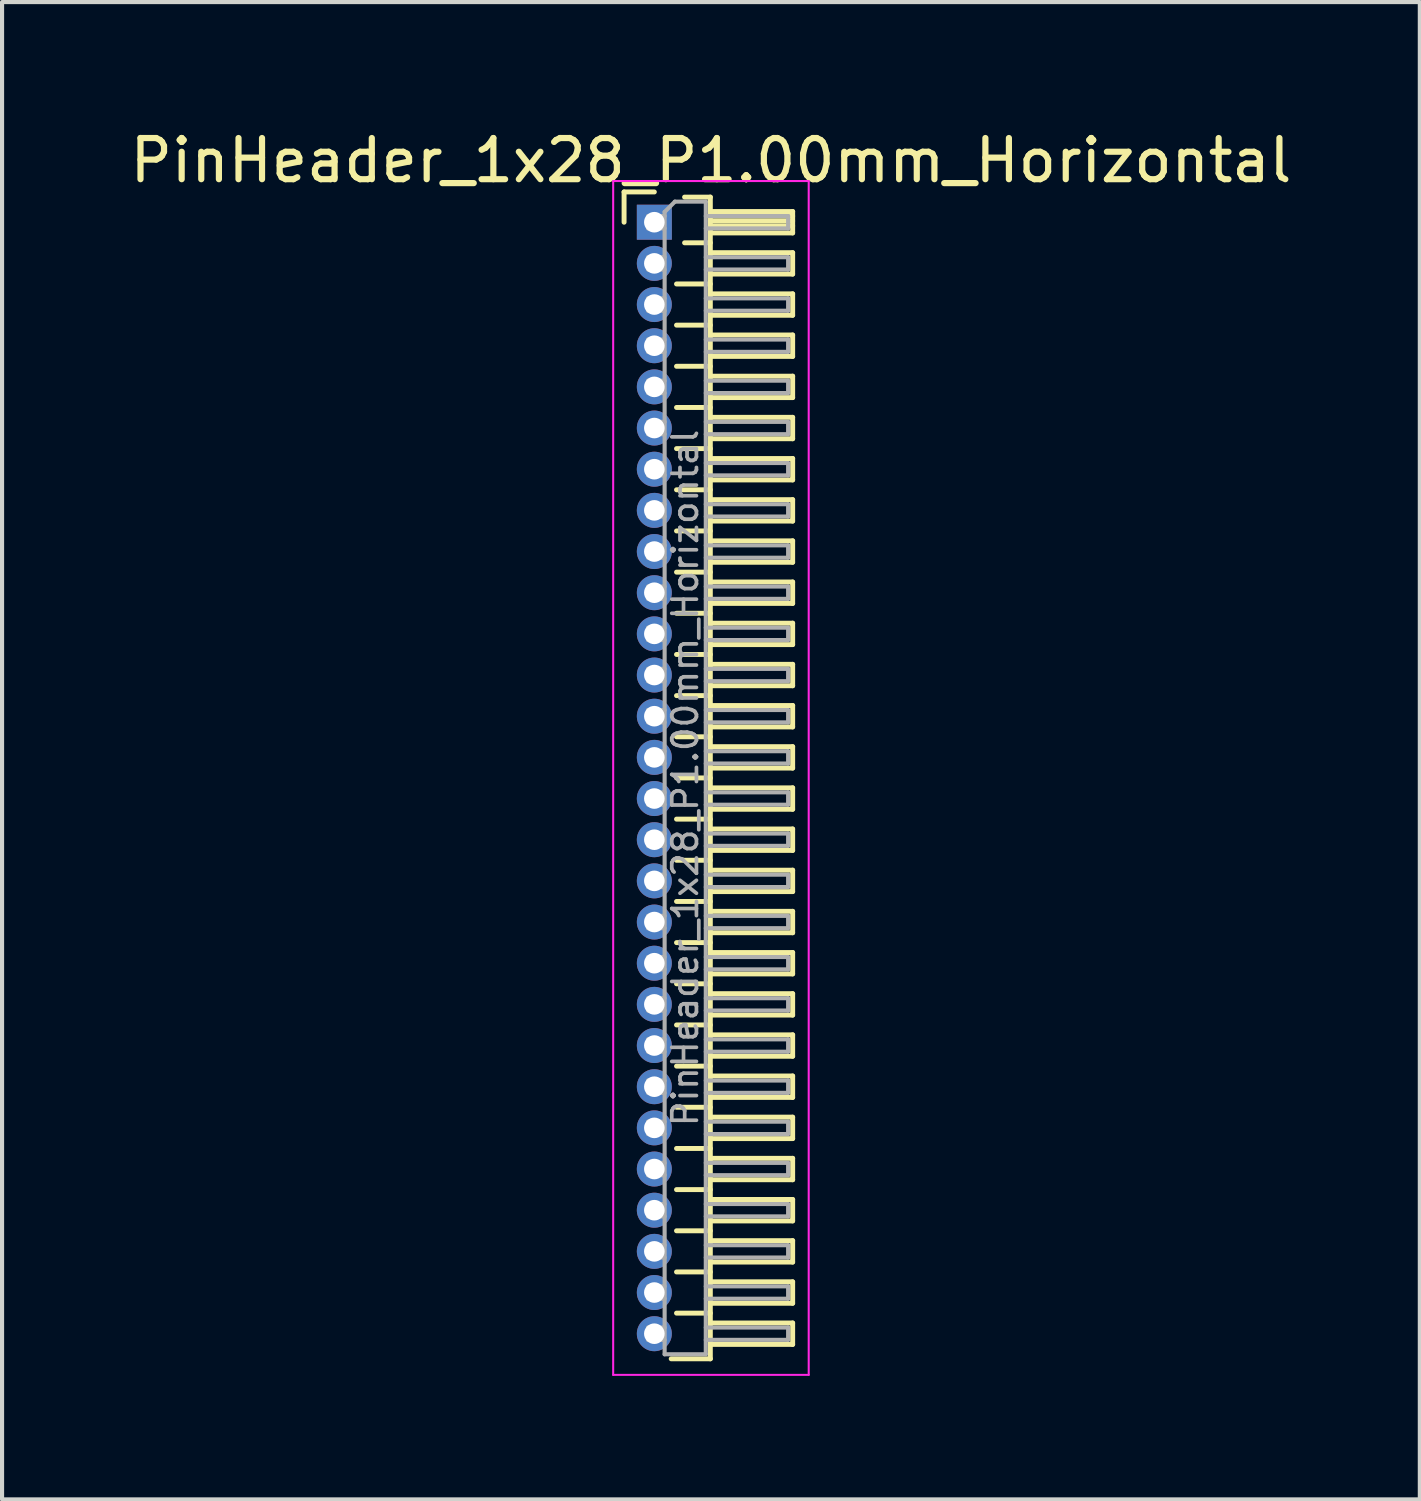
<source format=kicad_pcb>
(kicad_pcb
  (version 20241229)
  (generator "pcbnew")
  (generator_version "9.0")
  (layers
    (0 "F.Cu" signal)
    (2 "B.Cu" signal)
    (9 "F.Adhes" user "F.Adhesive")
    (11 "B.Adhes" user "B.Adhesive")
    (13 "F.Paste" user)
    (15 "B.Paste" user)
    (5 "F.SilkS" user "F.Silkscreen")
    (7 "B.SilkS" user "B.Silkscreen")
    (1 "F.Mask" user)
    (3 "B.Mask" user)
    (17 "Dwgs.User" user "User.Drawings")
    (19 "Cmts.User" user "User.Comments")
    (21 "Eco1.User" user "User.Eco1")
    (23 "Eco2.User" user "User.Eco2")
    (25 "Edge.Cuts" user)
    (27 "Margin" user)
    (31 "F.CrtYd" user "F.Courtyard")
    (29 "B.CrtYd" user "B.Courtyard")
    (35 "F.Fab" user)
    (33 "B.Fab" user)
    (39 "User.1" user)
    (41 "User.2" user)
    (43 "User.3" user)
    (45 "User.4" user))
  (footprint "PinHeader_1x28_P1.00mm_Horizontal"
    (layer "F.Cu")
    (at 12.845 2.348)
    (property "Reference" "PinHeader_1x28_P1.00mm_Horizontal" (at 1.375 -1.5 0) (layer "F.SilkS") (effects (font (size 1 1) (thickness 0.15))))
    (attr through_hole)
    (fp_line (start -0.735 -0.735) (end 0 -0.735) (stroke (width 0.12) (type solid)) (layer "F.SilkS"))
    (fp_line (start -0.735 0) (end -0.735 -0.735) (stroke (width 0.12) (type solid)) (layer "F.SilkS"))
    (fp_line (start 0.539 1.5) (end 1.36 1.5) (stroke (width 0.12) (type solid)) (layer "F.SilkS"))
    (fp_line (start 0.539 2.5) (end 1.36 2.5) (stroke (width 0.12) (type solid)) (layer "F.SilkS"))
    (fp_line (start 0.539 3.5) (end 1.36 3.5) (stroke (width 0.12) (type solid)) (layer "F.SilkS"))
    (fp_line (start 0.539 4.5) (end 1.36 4.5) (stroke (width 0.12) (type solid)) (layer "F.SilkS"))
    (fp_line (start 0.539 5.5) (end 1.36 5.5) (stroke (width 0.12) (type solid)) (layer "F.SilkS"))
    (fp_line (start 0.539 6.5) (end 1.36 6.5) (stroke (width 0.12) (type solid)) (layer "F.SilkS"))
    (fp_line (start 0.539 7.5) (end 1.36 7.5) (stroke (width 0.12) (type solid)) (layer "F.SilkS"))
    (fp_line (start 0.539 8.5) (end 1.36 8.5) (stroke (width 0.12) (type solid)) (layer "F.SilkS"))
    (fp_line (start 0.539 9.5) (end 1.36 9.5) (stroke (width 0.12) (type solid)) (layer "F.SilkS"))
    (fp_line (start 0.539 10.5) (end 1.36 10.5) (stroke (width 0.12) (type solid)) (layer "F.SilkS"))
    (fp_line (start 0.539 11.5) (end 1.36 11.5) (stroke (width 0.12) (type solid)) (layer "F.SilkS"))
    (fp_line (start 0.539 12.5) (end 1.36 12.5) (stroke (width 0.12) (type solid)) (layer "F.SilkS"))
    (fp_line (start 0.539 13.5) (end 1.36 13.5) (stroke (width 0.12) (type solid)) (layer "F.SilkS"))
    (fp_line (start 0.539 14.5) (end 1.36 14.5) (stroke (width 0.12) (type solid)) (layer "F.SilkS"))
    (fp_line (start 0.539 15.5) (end 1.36 15.5) (stroke (width 0.12) (type solid)) (layer "F.SilkS"))
    (fp_line (start 0.539 16.5) (end 1.36 16.5) (stroke (width 0.12) (type solid)) (layer "F.SilkS"))
    (fp_line (start 0.539 17.5) (end 1.36 17.5) (stroke (width 0.12) (type solid)) (layer "F.SilkS"))
    (fp_line (start 0.539 18.5) (end 1.36 18.5) (stroke (width 0.12) (type solid)) (layer "F.SilkS"))
    (fp_line (start 0.539 19.5) (end 1.36 19.5) (stroke (width 0.12) (type solid)) (layer "F.SilkS"))
    (fp_line (start 0.539 20.5) (end 1.36 20.5) (stroke (width 0.12) (type solid)) (layer "F.SilkS"))
    (fp_line (start 0.539 21.5) (end 1.36 21.5) (stroke (width 0.12) (type solid)) (layer "F.SilkS"))
    (fp_line (start 0.539 22.5) (end 1.36 22.5) (stroke (width 0.12) (type solid)) (layer "F.SilkS"))
    (fp_line (start 0.539 23.5) (end 1.36 23.5) (stroke (width 0.12) (type solid)) (layer "F.SilkS"))
    (fp_line (start 0.539 24.5) (end 1.36 24.5) (stroke (width 0.12) (type solid)) (layer "F.SilkS"))
    (fp_line (start 0.539 25.5) (end 1.36 25.5) (stroke (width 0.12) (type solid)) (layer "F.SilkS"))
    (fp_line (start 0.539 26.5) (end 1.36 26.5) (stroke (width 0.12) (type solid)) (layer "F.SilkS"))
    (fp_line (start 0.735 -0.61) (end 1.36 -0.61) (stroke (width 0.12) (type solid)) (layer "F.SilkS"))
    (fp_line (start 0.735 0.5) (end 1.36 0.5) (stroke (width 0.12) (type solid)) (layer "F.SilkS"))
    (fp_line (start 1.36 -0.61) (end 1.36 27.61) (stroke (width 0.12) (type solid)) (layer "F.SilkS"))
    (fp_line (start 1.36 -0.26) (end 3.36 -0.26) (stroke (width 0.12) (type solid)) (layer "F.SilkS"))
    (fp_line (start 1.36 -0.15) (end 3.36 -0.15) (stroke (width 0.12) (type solid)) (layer "F.SilkS"))
    (fp_line (start 1.36 -0.03) (end 3.36 -0.03) (stroke (width 0.12) (type solid)) (layer "F.SilkS"))
    (fp_line (start 1.36 0.09) (end 3.36 0.09) (stroke (width 0.12) (type solid)) (layer "F.SilkS"))
    (fp_line (start 1.36 0.74) (end 3.36 0.74) (stroke (width 0.12) (type solid)) (layer "F.SilkS"))
    (fp_line (start 1.36 1.74) (end 3.36 1.74) (stroke (width 0.12) (type solid)) (layer "F.SilkS"))
    (fp_line (start 1.36 2.74) (end 3.36 2.74) (stroke (width 0.12) (type solid)) (layer "F.SilkS"))
    (fp_line (start 1.36 3.74) (end 3.36 3.74) (stroke (width 0.12) (type solid)) (layer "F.SilkS"))
    (fp_line (start 1.36 4.74) (end 3.36 4.74) (stroke (width 0.12) (type solid)) (layer "F.SilkS"))
    (fp_line (start 1.36 5.74) (end 3.36 5.74) (stroke (width 0.12) (type solid)) (layer "F.SilkS"))
    (fp_line (start 1.36 6.74) (end 3.36 6.74) (stroke (width 0.12) (type solid)) (layer "F.SilkS"))
    (fp_line (start 1.36 7.74) (end 3.36 7.74) (stroke (width 0.12) (type solid)) (layer "F.SilkS"))
    (fp_line (start 1.36 8.74) (end 3.36 8.74) (stroke (width 0.12) (type solid)) (layer "F.SilkS"))
    (fp_line (start 1.36 9.74) (end 3.36 9.74) (stroke (width 0.12) (type solid)) (layer "F.SilkS"))
    (fp_line (start 1.36 10.74) (end 3.36 10.74) (stroke (width 0.12) (type solid)) (layer "F.SilkS"))
    (fp_line (start 1.36 11.74) (end 3.36 11.74) (stroke (width 0.12) (type solid)) (layer "F.SilkS"))
    (fp_line (start 1.36 12.74) (end 3.36 12.74) (stroke (width 0.12) (type solid)) (layer "F.SilkS"))
    (fp_line (start 1.36 13.74) (end 3.36 13.74) (stroke (width 0.12) (type solid)) (layer "F.SilkS"))
    (fp_line (start 1.36 14.74) (end 3.36 14.74) (stroke (width 0.12) (type solid)) (layer "F.SilkS"))
    (fp_line (start 1.36 15.74) (end 3.36 15.74) (stroke (width 0.12) (type solid)) (layer "F.SilkS"))
    (fp_line (start 1.36 16.74) (end 3.36 16.74) (stroke (width 0.12) (type solid)) (layer "F.SilkS"))
    (fp_line (start 1.36 17.74) (end 3.36 17.74) (stroke (width 0.12) (type solid)) (layer "F.SilkS"))
    (fp_line (start 1.36 18.74) (end 3.36 18.74) (stroke (width 0.12) (type solid)) (layer "F.SilkS"))
    (fp_line (start 1.36 19.74) (end 3.36 19.74) (stroke (width 0.12) (type solid)) (layer "F.SilkS"))
    (fp_line (start 1.36 20.74) (end 3.36 20.74) (stroke (width 0.12) (type solid)) (layer "F.SilkS"))
    (fp_line (start 1.36 21.74) (end 3.36 21.74) (stroke (width 0.12) (type solid)) (layer "F.SilkS"))
    (fp_line (start 1.36 22.74) (end 3.36 22.74) (stroke (width 0.12) (type solid)) (layer "F.SilkS"))
    (fp_line (start 1.36 23.74) (end 3.36 23.74) (stroke (width 0.12) (type solid)) (layer "F.SilkS"))
    (fp_line (start 1.36 24.74) (end 3.36 24.74) (stroke (width 0.12) (type solid)) (layer "F.SilkS"))
    (fp_line (start 1.36 25.74) (end 3.36 25.74) (stroke (width 0.12) (type solid)) (layer "F.SilkS"))
    (fp_line (start 1.36 26.74) (end 3.36 26.74) (stroke (width 0.12) (type solid)) (layer "F.SilkS"))
    (fp_line (start 1.36 27.61) (end 0.41 27.61) (stroke (width 0.12) (type solid)) (layer "F.SilkS"))
    (fp_line (start 3.36 -0.26) (end 3.36 0.26) (stroke (width 0.12) (type solid)) (layer "F.SilkS"))
    (fp_line (start 3.36 0.26) (end 1.36 0.26) (stroke (width 0.12) (type solid)) (layer "F.SilkS"))
    (fp_line (start 3.36 0.74) (end 3.36 1.26) (stroke (width 0.12) (type solid)) (layer "F.SilkS"))
    (fp_line (start 3.36 1.26) (end 1.36 1.26) (stroke (width 0.12) (type solid)) (layer "F.SilkS"))
    (fp_line (start 3.36 1.74) (end 3.36 2.26) (stroke (width 0.12) (type solid)) (layer "F.SilkS"))
    (fp_line (start 3.36 2.26) (end 1.36 2.26) (stroke (width 0.12) (type solid)) (layer "F.SilkS"))
    (fp_line (start 3.36 2.74) (end 3.36 3.26) (stroke (width 0.12) (type solid)) (layer "F.SilkS"))
    (fp_line (start 3.36 3.26) (end 1.36 3.26) (stroke (width 0.12) (type solid)) (layer "F.SilkS"))
    (fp_line (start 3.36 3.74) (end 3.36 4.26) (stroke (width 0.12) (type solid)) (layer "F.SilkS"))
    (fp_line (start 3.36 4.26) (end 1.36 4.26) (stroke (width 0.12) (type solid)) (layer "F.SilkS"))
    (fp_line (start 3.36 4.74) (end 3.36 5.26) (stroke (width 0.12) (type solid)) (layer "F.SilkS"))
    (fp_line (start 3.36 5.26) (end 1.36 5.26) (stroke (width 0.12) (type solid)) (layer "F.SilkS"))
    (fp_line (start 3.36 5.74) (end 3.36 6.26) (stroke (width 0.12) (type solid)) (layer "F.SilkS"))
    (fp_line (start 3.36 6.26) (end 1.36 6.26) (stroke (width 0.12) (type solid)) (layer "F.SilkS"))
    (fp_line (start 3.36 6.74) (end 3.36 7.26) (stroke (width 0.12) (type solid)) (layer "F.SilkS"))
    (fp_line (start 3.36 7.26) (end 1.36 7.26) (stroke (width 0.12) (type solid)) (layer "F.SilkS"))
    (fp_line (start 3.36 7.74) (end 3.36 8.26) (stroke (width 0.12) (type solid)) (layer "F.SilkS"))
    (fp_line (start 3.36 8.26) (end 1.36 8.26) (stroke (width 0.12) (type solid)) (layer "F.SilkS"))
    (fp_line (start 3.36 8.74) (end 3.36 9.26) (stroke (width 0.12) (type solid)) (layer "F.SilkS"))
    (fp_line (start 3.36 9.26) (end 1.36 9.26) (stroke (width 0.12) (type solid)) (layer "F.SilkS"))
    (fp_line (start 3.36 9.74) (end 3.36 10.26) (stroke (width 0.12) (type solid)) (layer "F.SilkS"))
    (fp_line (start 3.36 10.26) (end 1.36 10.26) (stroke (width 0.12) (type solid)) (layer "F.SilkS"))
    (fp_line (start 3.36 10.74) (end 3.36 11.26) (stroke (width 0.12) (type solid)) (layer "F.SilkS"))
    (fp_line (start 3.36 11.26) (end 1.36 11.26) (stroke (width 0.12) (type solid)) (layer "F.SilkS"))
    (fp_line (start 3.36 11.74) (end 3.36 12.26) (stroke (width 0.12) (type solid)) (layer "F.SilkS"))
    (fp_line (start 3.36 12.26) (end 1.36 12.26) (stroke (width 0.12) (type solid)) (layer "F.SilkS"))
    (fp_line (start 3.36 12.74) (end 3.36 13.26) (stroke (width 0.12) (type solid)) (layer "F.SilkS"))
    (fp_line (start 3.36 13.26) (end 1.36 13.26) (stroke (width 0.12) (type solid)) (layer "F.SilkS"))
    (fp_line (start 3.36 13.74) (end 3.36 14.26) (stroke (width 0.12) (type solid)) (layer "F.SilkS"))
    (fp_line (start 3.36 14.26) (end 1.36 14.26) (stroke (width 0.12) (type solid)) (layer "F.SilkS"))
    (fp_line (start 3.36 14.74) (end 3.36 15.26) (stroke (width 0.12) (type solid)) (layer "F.SilkS"))
    (fp_line (start 3.36 15.26) (end 1.36 15.26) (stroke (width 0.12) (type solid)) (layer "F.SilkS"))
    (fp_line (start 3.36 15.74) (end 3.36 16.26) (stroke (width 0.12) (type solid)) (layer "F.SilkS"))
    (fp_line (start 3.36 16.26) (end 1.36 16.26) (stroke (width 0.12) (type solid)) (layer "F.SilkS"))
    (fp_line (start 3.36 16.74) (end 3.36 17.26) (stroke (width 0.12) (type solid)) (layer "F.SilkS"))
    (fp_line (start 3.36 17.26) (end 1.36 17.26) (stroke (width 0.12) (type solid)) (layer "F.SilkS"))
    (fp_line (start 3.36 17.74) (end 3.36 18.26) (stroke (width 0.12) (type solid)) (layer "F.SilkS"))
    (fp_line (start 3.36 18.26) (end 1.36 18.26) (stroke (width 0.12) (type solid)) (layer "F.SilkS"))
    (fp_line (start 3.36 18.74) (end 3.36 19.26) (stroke (width 0.12) (type solid)) (layer "F.SilkS"))
    (fp_line (start 3.36 19.26) (end 1.36 19.26) (stroke (width 0.12) (type solid)) (layer "F.SilkS"))
    (fp_line (start 3.36 19.74) (end 3.36 20.26) (stroke (width 0.12) (type solid)) (layer "F.SilkS"))
    (fp_line (start 3.36 20.26) (end 1.36 20.26) (stroke (width 0.12) (type solid)) (layer "F.SilkS"))
    (fp_line (start 3.36 20.74) (end 3.36 21.26) (stroke (width 0.12) (type solid)) (layer "F.SilkS"))
    (fp_line (start 3.36 21.26) (end 1.36 21.26) (stroke (width 0.12) (type solid)) (layer "F.SilkS"))
    (fp_line (start 3.36 21.74) (end 3.36 22.26) (stroke (width 0.12) (type solid)) (layer "F.SilkS"))
    (fp_line (start 3.36 22.26) (end 1.36 22.26) (stroke (width 0.12) (type solid)) (layer "F.SilkS"))
    (fp_line (start 3.36 22.74) (end 3.36 23.26) (stroke (width 0.12) (type solid)) (layer "F.SilkS"))
    (fp_line (start 3.36 23.26) (end 1.36 23.26) (stroke (width 0.12) (type solid)) (layer "F.SilkS"))
    (fp_line (start 3.36 23.74) (end 3.36 24.26) (stroke (width 0.12) (type solid)) (layer "F.SilkS"))
    (fp_line (start 3.36 24.26) (end 1.36 24.26) (stroke (width 0.12) (type solid)) (layer "F.SilkS"))
    (fp_line (start 3.36 24.74) (end 3.36 25.26) (stroke (width 0.12) (type solid)) (layer "F.SilkS"))
    (fp_line (start 3.36 25.26) (end 1.36 25.26) (stroke (width 0.12) (type solid)) (layer "F.SilkS"))
    (fp_line (start 3.36 25.74) (end 3.36 26.26) (stroke (width 0.12) (type solid)) (layer "F.SilkS"))
    (fp_line (start 3.36 26.26) (end 1.36 26.26) (stroke (width 0.12) (type solid)) (layer "F.SilkS"))
    (fp_line (start 3.36 26.74) (end 3.36 27.26) (stroke (width 0.12) (type solid)) (layer "F.SilkS"))
    (fp_line (start 3.36 27.26) (end 1.36 27.26) (stroke (width 0.12) (type solid)) (layer "F.SilkS"))
    (fp_line (start -1 -1) (end -1 28) (stroke (width 0.05) (type solid)) (layer "F.CrtYd"))
    (fp_line (start -1 28) (end 3.75 28) (stroke (width 0.05) (type solid)) (layer "F.CrtYd"))
    (fp_line (start 3.75 -1) (end -1 -1) (stroke (width 0.05) (type solid)) (layer "F.CrtYd"))
    (fp_line (start 3.75 28) (end 3.75 -1) (stroke (width 0.05) (type solid)) (layer "F.CrtYd"))
    (fp_line (start -0.15 -0.15) (end -0.15 0.15) (stroke (width 0.1) (type solid)) (layer "F.Fab"))
    (fp_line (start -0.15 -0.15) (end 0.25 -0.15) (stroke (width 0.1) (type solid)) (layer "F.Fab"))
    (fp_line (start -0.15 0.15) (end 0.25 0.15) (stroke (width 0.1) (type solid)) (layer "F.Fab"))
    (fp_line (start -0.15 0.85) (end -0.15 1.15) (stroke (width 0.1) (type solid)) (layer "F.Fab"))
    (fp_line (start -0.15 0.85) (end 0.25 0.85) (stroke (width 0.1) (type solid)) (layer "F.Fab"))
    (fp_line (start -0.15 1.15) (end 0.25 1.15) (stroke (width 0.1) (type solid)) (layer "F.Fab"))
    (fp_line (start -0.15 1.85) (end -0.15 2.15) (stroke (width 0.1) (type solid)) (layer "F.Fab"))
    (fp_line (start -0.15 1.85) (end 0.25 1.85) (stroke (width 0.1) (type solid)) (layer "F.Fab"))
    (fp_line (start -0.15 2.15) (end 0.25 2.15) (stroke (width 0.1) (type solid)) (layer "F.Fab"))
    (fp_line (start -0.15 2.85) (end -0.15 3.15) (stroke (width 0.1) (type solid)) (layer "F.Fab"))
    (fp_line (start -0.15 2.85) (end 0.25 2.85) (stroke (width 0.1) (type solid)) (layer "F.Fab"))
    (fp_line (start -0.15 3.15) (end 0.25 3.15) (stroke (width 0.1) (type solid)) (layer "F.Fab"))
    (fp_line (start -0.15 3.85) (end -0.15 4.15) (stroke (width 0.1) (type solid)) (layer "F.Fab"))
    (fp_line (start -0.15 3.85) (end 0.25 3.85) (stroke (width 0.1) (type solid)) (layer "F.Fab"))
    (fp_line (start -0.15 4.15) (end 0.25 4.15) (stroke (width 0.1) (type solid)) (layer "F.Fab"))
    (fp_line (start -0.15 4.85) (end -0.15 5.15) (stroke (width 0.1) (type solid)) (layer "F.Fab"))
    (fp_line (start -0.15 4.85) (end 0.25 4.85) (stroke (width 0.1) (type solid)) (layer "F.Fab"))
    (fp_line (start -0.15 5.15) (end 0.25 5.15) (stroke (width 0.1) (type solid)) (layer "F.Fab"))
    (fp_line (start -0.15 5.85) (end -0.15 6.15) (stroke (width 0.1) (type solid)) (layer "F.Fab"))
    (fp_line (start -0.15 5.85) (end 0.25 5.85) (stroke (width 0.1) (type solid)) (layer "F.Fab"))
    (fp_line (start -0.15 6.15) (end 0.25 6.15) (stroke (width 0.1) (type solid)) (layer "F.Fab"))
    (fp_line (start -0.15 6.85) (end -0.15 7.15) (stroke (width 0.1) (type solid)) (layer "F.Fab"))
    (fp_line (start -0.15 6.85) (end 0.25 6.85) (stroke (width 0.1) (type solid)) (layer "F.Fab"))
    (fp_line (start -0.15 7.15) (end 0.25 7.15) (stroke (width 0.1) (type solid)) (layer "F.Fab"))
    (fp_line (start -0.15 7.85) (end -0.15 8.15) (stroke (width 0.1) (type solid)) (layer "F.Fab"))
    (fp_line (start -0.15 7.85) (end 0.25 7.85) (stroke (width 0.1) (type solid)) (layer "F.Fab"))
    (fp_line (start -0.15 8.15) (end 0.25 8.15) (stroke (width 0.1) (type solid)) (layer "F.Fab"))
    (fp_line (start -0.15 8.85) (end -0.15 9.15) (stroke (width 0.1) (type solid)) (layer "F.Fab"))
    (fp_line (start -0.15 8.85) (end 0.25 8.85) (stroke (width 0.1) (type solid)) (layer "F.Fab"))
    (fp_line (start -0.15 9.15) (end 0.25 9.15) (stroke (width 0.1) (type solid)) (layer "F.Fab"))
    (fp_line (start -0.15 9.85) (end -0.15 10.15) (stroke (width 0.1) (type solid)) (layer "F.Fab"))
    (fp_line (start -0.15 9.85) (end 0.25 9.85) (stroke (width 0.1) (type solid)) (layer "F.Fab"))
    (fp_line (start -0.15 10.15) (end 0.25 10.15) (stroke (width 0.1) (type solid)) (layer "F.Fab"))
    (fp_line (start -0.15 10.85) (end -0.15 11.15) (stroke (width 0.1) (type solid)) (layer "F.Fab"))
    (fp_line (start -0.15 10.85) (end 0.25 10.85) (stroke (width 0.1) (type solid)) (layer "F.Fab"))
    (fp_line (start -0.15 11.15) (end 0.25 11.15) (stroke (width 0.1) (type solid)) (layer "F.Fab"))
    (fp_line (start -0.15 11.85) (end -0.15 12.15) (stroke (width 0.1) (type solid)) (layer "F.Fab"))
    (fp_line (start -0.15 11.85) (end 0.25 11.85) (stroke (width 0.1) (type solid)) (layer "F.Fab"))
    (fp_line (start -0.15 12.15) (end 0.25 12.15) (stroke (width 0.1) (type solid)) (layer "F.Fab"))
    (fp_line (start -0.15 12.85) (end -0.15 13.15) (stroke (width 0.1) (type solid)) (layer "F.Fab"))
    (fp_line (start -0.15 12.85) (end 0.25 12.85) (stroke (width 0.1) (type solid)) (layer "F.Fab"))
    (fp_line (start -0.15 13.15) (end 0.25 13.15) (stroke (width 0.1) (type solid)) (layer "F.Fab"))
    (fp_line (start -0.15 13.85) (end -0.15 14.15) (stroke (width 0.1) (type solid)) (layer "F.Fab"))
    (fp_line (start -0.15 13.85) (end 0.25 13.85) (stroke (width 0.1) (type solid)) (layer "F.Fab"))
    (fp_line (start -0.15 14.15) (end 0.25 14.15) (stroke (width 0.1) (type solid)) (layer "F.Fab"))
    (fp_line (start -0.15 14.85) (end -0.15 15.15) (stroke (width 0.1) (type solid)) (layer "F.Fab"))
    (fp_line (start -0.15 14.85) (end 0.25 14.85) (stroke (width 0.1) (type solid)) (layer "F.Fab"))
    (fp_line (start -0.15 15.15) (end 0.25 15.15) (stroke (width 0.1) (type solid)) (layer "F.Fab"))
    (fp_line (start -0.15 15.85) (end -0.15 16.15) (stroke (width 0.1) (type solid)) (layer "F.Fab"))
    (fp_line (start -0.15 15.85) (end 0.25 15.85) (stroke (width 0.1) (type solid)) (layer "F.Fab"))
    (fp_line (start -0.15 16.15) (end 0.25 16.15) (stroke (width 0.1) (type solid)) (layer "F.Fab"))
    (fp_line (start -0.15 16.85) (end -0.15 17.15) (stroke (width 0.1) (type solid)) (layer "F.Fab"))
    (fp_line (start -0.15 16.85) (end 0.25 16.85) (stroke (width 0.1) (type solid)) (layer "F.Fab"))
    (fp_line (start -0.15 17.15) (end 0.25 17.15) (stroke (width 0.1) (type solid)) (layer "F.Fab"))
    (fp_line (start -0.15 17.85) (end -0.15 18.15) (stroke (width 0.1) (type solid)) (layer "F.Fab"))
    (fp_line (start -0.15 17.85) (end 0.25 17.85) (stroke (width 0.1) (type solid)) (layer "F.Fab"))
    (fp_line (start -0.15 18.15) (end 0.25 18.15) (stroke (width 0.1) (type solid)) (layer "F.Fab"))
    (fp_line (start -0.15 18.85) (end -0.15 19.15) (stroke (width 0.1) (type solid)) (layer "F.Fab"))
    (fp_line (start -0.15 18.85) (end 0.25 18.85) (stroke (width 0.1) (type solid)) (layer "F.Fab"))
    (fp_line (start -0.15 19.15) (end 0.25 19.15) (stroke (width 0.1) (type solid)) (layer "F.Fab"))
    (fp_line (start -0.15 19.85) (end -0.15 20.15) (stroke (width 0.1) (type solid)) (layer "F.Fab"))
    (fp_line (start -0.15 19.85) (end 0.25 19.85) (stroke (width 0.1) (type solid)) (layer "F.Fab"))
    (fp_line (start -0.15 20.15) (end 0.25 20.15) (stroke (width 0.1) (type solid)) (layer "F.Fab"))
    (fp_line (start -0.15 20.85) (end -0.15 21.15) (stroke (width 0.1) (type solid)) (layer "F.Fab"))
    (fp_line (start -0.15 20.85) (end 0.25 20.85) (stroke (width 0.1) (type solid)) (layer "F.Fab"))
    (fp_line (start -0.15 21.15) (end 0.25 21.15) (stroke (width 0.1) (type solid)) (layer "F.Fab"))
    (fp_line (start -0.15 21.85) (end -0.15 22.15) (stroke (width 0.1) (type solid)) (layer "F.Fab"))
    (fp_line (start -0.15 21.85) (end 0.25 21.85) (stroke (width 0.1) (type solid)) (layer "F.Fab"))
    (fp_line (start -0.15 22.15) (end 0.25 22.15) (stroke (width 0.1) (type solid)) (layer "F.Fab"))
    (fp_line (start -0.15 22.85) (end -0.15 23.15) (stroke (width 0.1) (type solid)) (layer "F.Fab"))
    (fp_line (start -0.15 22.85) (end 0.25 22.85) (stroke (width 0.1) (type solid)) (layer "F.Fab"))
    (fp_line (start -0.15 23.15) (end 0.25 23.15) (stroke (width 0.1) (type solid)) (layer "F.Fab"))
    (fp_line (start -0.15 23.85) (end -0.15 24.15) (stroke (width 0.1) (type solid)) (layer "F.Fab"))
    (fp_line (start -0.15 23.85) (end 0.25 23.85) (stroke (width 0.1) (type solid)) (layer "F.Fab"))
    (fp_line (start -0.15 24.15) (end 0.25 24.15) (stroke (width 0.1) (type solid)) (layer "F.Fab"))
    (fp_line (start -0.15 24.85) (end -0.15 25.15) (stroke (width 0.1) (type solid)) (layer "F.Fab"))
    (fp_line (start -0.15 24.85) (end 0.25 24.85) (stroke (width 0.1) (type solid)) (layer "F.Fab"))
    (fp_line (start -0.15 25.15) (end 0.25 25.15) (stroke (width 0.1) (type solid)) (layer "F.Fab"))
    (fp_line (start -0.15 25.85) (end -0.15 26.15) (stroke (width 0.1) (type solid)) (layer "F.Fab"))
    (fp_line (start -0.15 25.85) (end 0.25 25.85) (stroke (width 0.1) (type solid)) (layer "F.Fab"))
    (fp_line (start -0.15 26.15) (end 0.25 26.15) (stroke (width 0.1) (type solid)) (layer "F.Fab"))
    (fp_line (start -0.15 26.85) (end -0.15 27.15) (stroke (width 0.1) (type solid)) (layer "F.Fab"))
    (fp_line (start -0.15 26.85) (end 0.25 26.85) (stroke (width 0.1) (type solid)) (layer "F.Fab"))
    (fp_line (start -0.15 27.15) (end 0.25 27.15) (stroke (width 0.1) (type solid)) (layer "F.Fab"))
    (fp_line (start 0.25 -0.25) (end 0.5 -0.5) (stroke (width 0.1) (type solid)) (layer "F.Fab"))
    (fp_line (start 0.25 27.5) (end 0.25 -0.25) (stroke (width 0.1) (type solid)) (layer "F.Fab"))
    (fp_line (start 0.5 -0.5) (end 1.25 -0.5) (stroke (width 0.1) (type solid)) (layer "F.Fab"))
    (fp_line (start 1.25 -0.5) (end 1.25 27.5) (stroke (width 0.1) (type solid)) (layer "F.Fab"))
    (fp_line (start 1.25 -0.15) (end 3.25 -0.15) (stroke (width 0.1) (type solid)) (layer "F.Fab"))
    (fp_line (start 1.25 0.15) (end 3.25 0.15) (stroke (width 0.1) (type solid)) (layer "F.Fab"))
    (fp_line (start 1.25 0.85) (end 3.25 0.85) (stroke (width 0.1) (type solid)) (layer "F.Fab"))
    (fp_line (start 1.25 1.15) (end 3.25 1.15) (stroke (width 0.1) (type solid)) (layer "F.Fab"))
    (fp_line (start 1.25 1.85) (end 3.25 1.85) (stroke (width 0.1) (type solid)) (layer "F.Fab"))
    (fp_line (start 1.25 2.15) (end 3.25 2.15) (stroke (width 0.1) (type solid)) (layer "F.Fab"))
    (fp_line (start 1.25 2.85) (end 3.25 2.85) (stroke (width 0.1) (type solid)) (layer "F.Fab"))
    (fp_line (start 1.25 3.15) (end 3.25 3.15) (stroke (width 0.1) (type solid)) (layer "F.Fab"))
    (fp_line (start 1.25 3.85) (end 3.25 3.85) (stroke (width 0.1) (type solid)) (layer "F.Fab"))
    (fp_line (start 1.25 4.15) (end 3.25 4.15) (stroke (width 0.1) (type solid)) (layer "F.Fab"))
    (fp_line (start 1.25 4.85) (end 3.25 4.85) (stroke (width 0.1) (type solid)) (layer "F.Fab"))
    (fp_line (start 1.25 5.15) (end 3.25 5.15) (stroke (width 0.1) (type solid)) (layer "F.Fab"))
    (fp_line (start 1.25 5.85) (end 3.25 5.85) (stroke (width 0.1) (type solid)) (layer "F.Fab"))
    (fp_line (start 1.25 6.15) (end 3.25 6.15) (stroke (width 0.1) (type solid)) (layer "F.Fab"))
    (fp_line (start 1.25 6.85) (end 3.25 6.85) (stroke (width 0.1) (type solid)) (layer "F.Fab"))
    (fp_line (start 1.25 7.15) (end 3.25 7.15) (stroke (width 0.1) (type solid)) (layer "F.Fab"))
    (fp_line (start 1.25 7.85) (end 3.25 7.85) (stroke (width 0.1) (type solid)) (layer "F.Fab"))
    (fp_line (start 1.25 8.15) (end 3.25 8.15) (stroke (width 0.1) (type solid)) (layer "F.Fab"))
    (fp_line (start 1.25 8.85) (end 3.25 8.85) (stroke (width 0.1) (type solid)) (layer "F.Fab"))
    (fp_line (start 1.25 9.15) (end 3.25 9.15) (stroke (width 0.1) (type solid)) (layer "F.Fab"))
    (fp_line (start 1.25 9.85) (end 3.25 9.85) (stroke (width 0.1) (type solid)) (layer "F.Fab"))
    (fp_line (start 1.25 10.15) (end 3.25 10.15) (stroke (width 0.1) (type solid)) (layer "F.Fab"))
    (fp_line (start 1.25 10.85) (end 3.25 10.85) (stroke (width 0.1) (type solid)) (layer "F.Fab"))
    (fp_line (start 1.25 11.15) (end 3.25 11.15) (stroke (width 0.1) (type solid)) (layer "F.Fab"))
    (fp_line (start 1.25 11.85) (end 3.25 11.85) (stroke (width 0.1) (type solid)) (layer "F.Fab"))
    (fp_line (start 1.25 12.15) (end 3.25 12.15) (stroke (width 0.1) (type solid)) (layer "F.Fab"))
    (fp_line (start 1.25 12.85) (end 3.25 12.85) (stroke (width 0.1) (type solid)) (layer "F.Fab"))
    (fp_line (start 1.25 13.15) (end 3.25 13.15) (stroke (width 0.1) (type solid)) (layer "F.Fab"))
    (fp_line (start 1.25 13.85) (end 3.25 13.85) (stroke (width 0.1) (type solid)) (layer "F.Fab"))
    (fp_line (start 1.25 14.15) (end 3.25 14.15) (stroke (width 0.1) (type solid)) (layer "F.Fab"))
    (fp_line (start 1.25 14.85) (end 3.25 14.85) (stroke (width 0.1) (type solid)) (layer "F.Fab"))
    (fp_line (start 1.25 15.15) (end 3.25 15.15) (stroke (width 0.1) (type solid)) (layer "F.Fab"))
    (fp_line (start 1.25 15.85) (end 3.25 15.85) (stroke (width 0.1) (type solid)) (layer "F.Fab"))
    (fp_line (start 1.25 16.15) (end 3.25 16.15) (stroke (width 0.1) (type solid)) (layer "F.Fab"))
    (fp_line (start 1.25 16.85) (end 3.25 16.85) (stroke (width 0.1) (type solid)) (layer "F.Fab"))
    (fp_line (start 1.25 17.15) (end 3.25 17.15) (stroke (width 0.1) (type solid)) (layer "F.Fab"))
    (fp_line (start 1.25 17.85) (end 3.25 17.85) (stroke (width 0.1) (type solid)) (layer "F.Fab"))
    (fp_line (start 1.25 18.15) (end 3.25 18.15) (stroke (width 0.1) (type solid)) (layer "F.Fab"))
    (fp_line (start 1.25 18.85) (end 3.25 18.85) (stroke (width 0.1) (type solid)) (layer "F.Fab"))
    (fp_line (start 1.25 19.15) (end 3.25 19.15) (stroke (width 0.1) (type solid)) (layer "F.Fab"))
    (fp_line (start 1.25 19.85) (end 3.25 19.85) (stroke (width 0.1) (type solid)) (layer "F.Fab"))
    (fp_line (start 1.25 20.15) (end 3.25 20.15) (stroke (width 0.1) (type solid)) (layer "F.Fab"))
    (fp_line (start 1.25 20.85) (end 3.25 20.85) (stroke (width 0.1) (type solid)) (layer "F.Fab"))
    (fp_line (start 1.25 21.15) (end 3.25 21.15) (stroke (width 0.1) (type solid)) (layer "F.Fab"))
    (fp_line (start 1.25 21.85) (end 3.25 21.85) (stroke (width 0.1) (type solid)) (layer "F.Fab"))
    (fp_line (start 1.25 22.15) (end 3.25 22.15) (stroke (width 0.1) (type solid)) (layer "F.Fab"))
    (fp_line (start 1.25 22.85) (end 3.25 22.85) (stroke (width 0.1) (type solid)) (layer "F.Fab"))
    (fp_line (start 1.25 23.15) (end 3.25 23.15) (stroke (width 0.1) (type solid)) (layer "F.Fab"))
    (fp_line (start 1.25 23.85) (end 3.25 23.85) (stroke (width 0.1) (type solid)) (layer "F.Fab"))
    (fp_line (start 1.25 24.15) (end 3.25 24.15) (stroke (width 0.1) (type solid)) (layer "F.Fab"))
    (fp_line (start 1.25 24.85) (end 3.25 24.85) (stroke (width 0.1) (type solid)) (layer "F.Fab"))
    (fp_line (start 1.25 25.15) (end 3.25 25.15) (stroke (width 0.1) (type solid)) (layer "F.Fab"))
    (fp_line (start 1.25 25.85) (end 3.25 25.85) (stroke (width 0.1) (type solid)) (layer "F.Fab"))
    (fp_line (start 1.25 26.15) (end 3.25 26.15) (stroke (width 0.1) (type solid)) (layer "F.Fab"))
    (fp_line (start 1.25 26.85) (end 3.25 26.85) (stroke (width 0.1) (type solid)) (layer "F.Fab"))
    (fp_line (start 1.25 27.15) (end 3.25 27.15) (stroke (width 0.1) (type solid)) (layer "F.Fab"))
    (fp_line (start 1.25 27.5) (end 0.25 27.5) (stroke (width 0.1) (type solid)) (layer "F.Fab"))
    (fp_line (start 3.25 -0.15) (end 3.25 0.15) (stroke (width 0.1) (type solid)) (layer "F.Fab"))
    (fp_line (start 3.25 0.85) (end 3.25 1.15) (stroke (width 0.1) (type solid)) (layer "F.Fab"))
    (fp_line (start 3.25 1.85) (end 3.25 2.15) (stroke (width 0.1) (type solid)) (layer "F.Fab"))
    (fp_line (start 3.25 2.85) (end 3.25 3.15) (stroke (width 0.1) (type solid)) (layer "F.Fab"))
    (fp_line (start 3.25 3.85) (end 3.25 4.15) (stroke (width 0.1) (type solid)) (layer "F.Fab"))
    (fp_line (start 3.25 4.85) (end 3.25 5.15) (stroke (width 0.1) (type solid)) (layer "F.Fab"))
    (fp_line (start 3.25 5.85) (end 3.25 6.15) (stroke (width 0.1) (type solid)) (layer "F.Fab"))
    (fp_line (start 3.25 6.85) (end 3.25 7.15) (stroke (width 0.1) (type solid)) (layer "F.Fab"))
    (fp_line (start 3.25 7.85) (end 3.25 8.15) (stroke (width 0.1) (type solid)) (layer "F.Fab"))
    (fp_line (start 3.25 8.85) (end 3.25 9.15) (stroke (width 0.1) (type solid)) (layer "F.Fab"))
    (fp_line (start 3.25 9.85) (end 3.25 10.15) (stroke (width 0.1) (type solid)) (layer "F.Fab"))
    (fp_line (start 3.25 10.85) (end 3.25 11.15) (stroke (width 0.1) (type solid)) (layer "F.Fab"))
    (fp_line (start 3.25 11.85) (end 3.25 12.15) (stroke (width 0.1) (type solid)) (layer "F.Fab"))
    (fp_line (start 3.25 12.85) (end 3.25 13.15) (stroke (width 0.1) (type solid)) (layer "F.Fab"))
    (fp_line (start 3.25 13.85) (end 3.25 14.15) (stroke (width 0.1) (type solid)) (layer "F.Fab"))
    (fp_line (start 3.25 14.85) (end 3.25 15.15) (stroke (width 0.1) (type solid)) (layer "F.Fab"))
    (fp_line (start 3.25 15.85) (end 3.25 16.15) (stroke (width 0.1) (type solid)) (layer "F.Fab"))
    (fp_line (start 3.25 16.85) (end 3.25 17.15) (stroke (width 0.1) (type solid)) (layer "F.Fab"))
    (fp_line (start 3.25 17.85) (end 3.25 18.15) (stroke (width 0.1) (type solid)) (layer "F.Fab"))
    (fp_line (start 3.25 18.85) (end 3.25 19.15) (stroke (width 0.1) (type solid)) (layer "F.Fab"))
    (fp_line (start 3.25 19.85) (end 3.25 20.15) (stroke (width 0.1) (type solid)) (layer "F.Fab"))
    (fp_line (start 3.25 20.85) (end 3.25 21.15) (stroke (width 0.1) (type solid)) (layer "F.Fab"))
    (fp_line (start 3.25 21.85) (end 3.25 22.15) (stroke (width 0.1) (type solid)) (layer "F.Fab"))
    (fp_line (start 3.25 22.85) (end 3.25 23.15) (stroke (width 0.1) (type solid)) (layer "F.Fab"))
    (fp_line (start 3.25 23.85) (end 3.25 24.15) (stroke (width 0.1) (type solid)) (layer "F.Fab"))
    (fp_line (start 3.25 24.85) (end 3.25 25.15) (stroke (width 0.1) (type solid)) (layer "F.Fab"))
    (fp_line (start 3.25 25.85) (end 3.25 26.15) (stroke (width 0.1) (type solid)) (layer "F.Fab"))
    (fp_line (start 3.25 26.85) (end 3.25 27.15) (stroke (width 0.1) (type solid)) (layer "F.Fab"))
    (fp_text user "${REFERENCE}" (at 0.75 13.5 90) (layer "F.Fab") (effects (font (size 0.6 0.6) (thickness 0.09))))
    (pad "1" thru_hole rect (at 0 0) (size 0.85 0.85) (drill 0.5) (layers "*.Cu" "*.Mask"))
    (pad "2" thru_hole circle (at 0 1) (size 0.85 0.85) (drill 0.5) (layers "*.Cu" "*.Mask"))
    (pad "3" thru_hole circle (at 0 2) (size 0.85 0.85) (drill 0.5) (layers "*.Cu" "*.Mask"))
    (pad "4" thru_hole circle (at 0 3) (size 0.85 0.85) (drill 0.5) (layers "*.Cu" "*.Mask"))
    (pad "5" thru_hole circle (at 0 4) (size 0.85 0.85) (drill 0.5) (layers "*.Cu" "*.Mask"))
    (pad "6" thru_hole circle (at 0 5) (size 0.85 0.85) (drill 0.5) (layers "*.Cu" "*.Mask"))
    (pad "7" thru_hole circle (at 0 6) (size 0.85 0.85) (drill 0.5) (layers "*.Cu" "*.Mask"))
    (pad "8" thru_hole circle (at 0 7) (size 0.85 0.85) (drill 0.5) (layers "*.Cu" "*.Mask"))
    (pad "9" thru_hole circle (at 0 8) (size 0.85 0.85) (drill 0.5) (layers "*.Cu" "*.Mask"))
    (pad "10" thru_hole circle (at 0 9) (size 0.85 0.85) (drill 0.5) (layers "*.Cu" "*.Mask"))
    (pad "11" thru_hole circle (at 0 10) (size 0.85 0.85) (drill 0.5) (layers "*.Cu" "*.Mask"))
    (pad "12" thru_hole circle (at 0 11) (size 0.85 0.85) (drill 0.5) (layers "*.Cu" "*.Mask"))
    (pad "13" thru_hole circle (at 0 12) (size 0.85 0.85) (drill 0.5) (layers "*.Cu" "*.Mask"))
    (pad "14" thru_hole circle (at 0 13) (size 0.85 0.85) (drill 0.5) (layers "*.Cu" "*.Mask"))
    (pad "15" thru_hole circle (at 0 14) (size 0.85 0.85) (drill 0.5) (layers "*.Cu" "*.Mask"))
    (pad "16" thru_hole circle (at 0 15) (size 0.85 0.85) (drill 0.5) (layers "*.Cu" "*.Mask"))
    (pad "17" thru_hole circle (at 0 16) (size 0.85 0.85) (drill 0.5) (layers "*.Cu" "*.Mask"))
    (pad "18" thru_hole circle (at 0 17) (size 0.85 0.85) (drill 0.5) (layers "*.Cu" "*.Mask"))
    (pad "19" thru_hole circle (at 0 18) (size 0.85 0.85) (drill 0.5) (layers "*.Cu" "*.Mask"))
    (pad "20" thru_hole circle (at 0 19) (size 0.85 0.85) (drill 0.5) (layers "*.Cu" "*.Mask"))
    (pad "21" thru_hole circle (at 0 20) (size 0.85 0.85) (drill 0.5) (layers "*.Cu" "*.Mask"))
    (pad "22" thru_hole circle (at 0 21) (size 0.85 0.85) (drill 0.5) (layers "*.Cu" "*.Mask"))
    (pad "23" thru_hole circle (at 0 22) (size 0.85 0.85) (drill 0.5) (layers "*.Cu" "*.Mask"))
    (pad "24" thru_hole circle (at 0 23) (size 0.85 0.85) (drill 0.5) (layers "*.Cu" "*.Mask"))
    (pad "25" thru_hole circle (at 0 24) (size 0.85 0.85) (drill 0.5) (layers "*.Cu" "*.Mask"))
    (pad "26" thru_hole circle (at 0 25) (size 0.85 0.85) (drill 0.5) (layers "*.Cu" "*.Mask"))
    (pad "27" thru_hole circle (at 0 26) (size 0.85 0.85) (drill 0.5) (layers "*.Cu" "*.Mask"))
    (pad "28" thru_hole circle (at 0 27) (size 0.85 0.85) (drill 0.5) (layers "*.Cu" "*.Mask")))
  (gr_rect
    (start -3 -3)
    (end 31.44 33.373)
    (stroke (width 0.1) (type default))
    (fill no)
    (layer "Edge.Cuts")))
</source>
